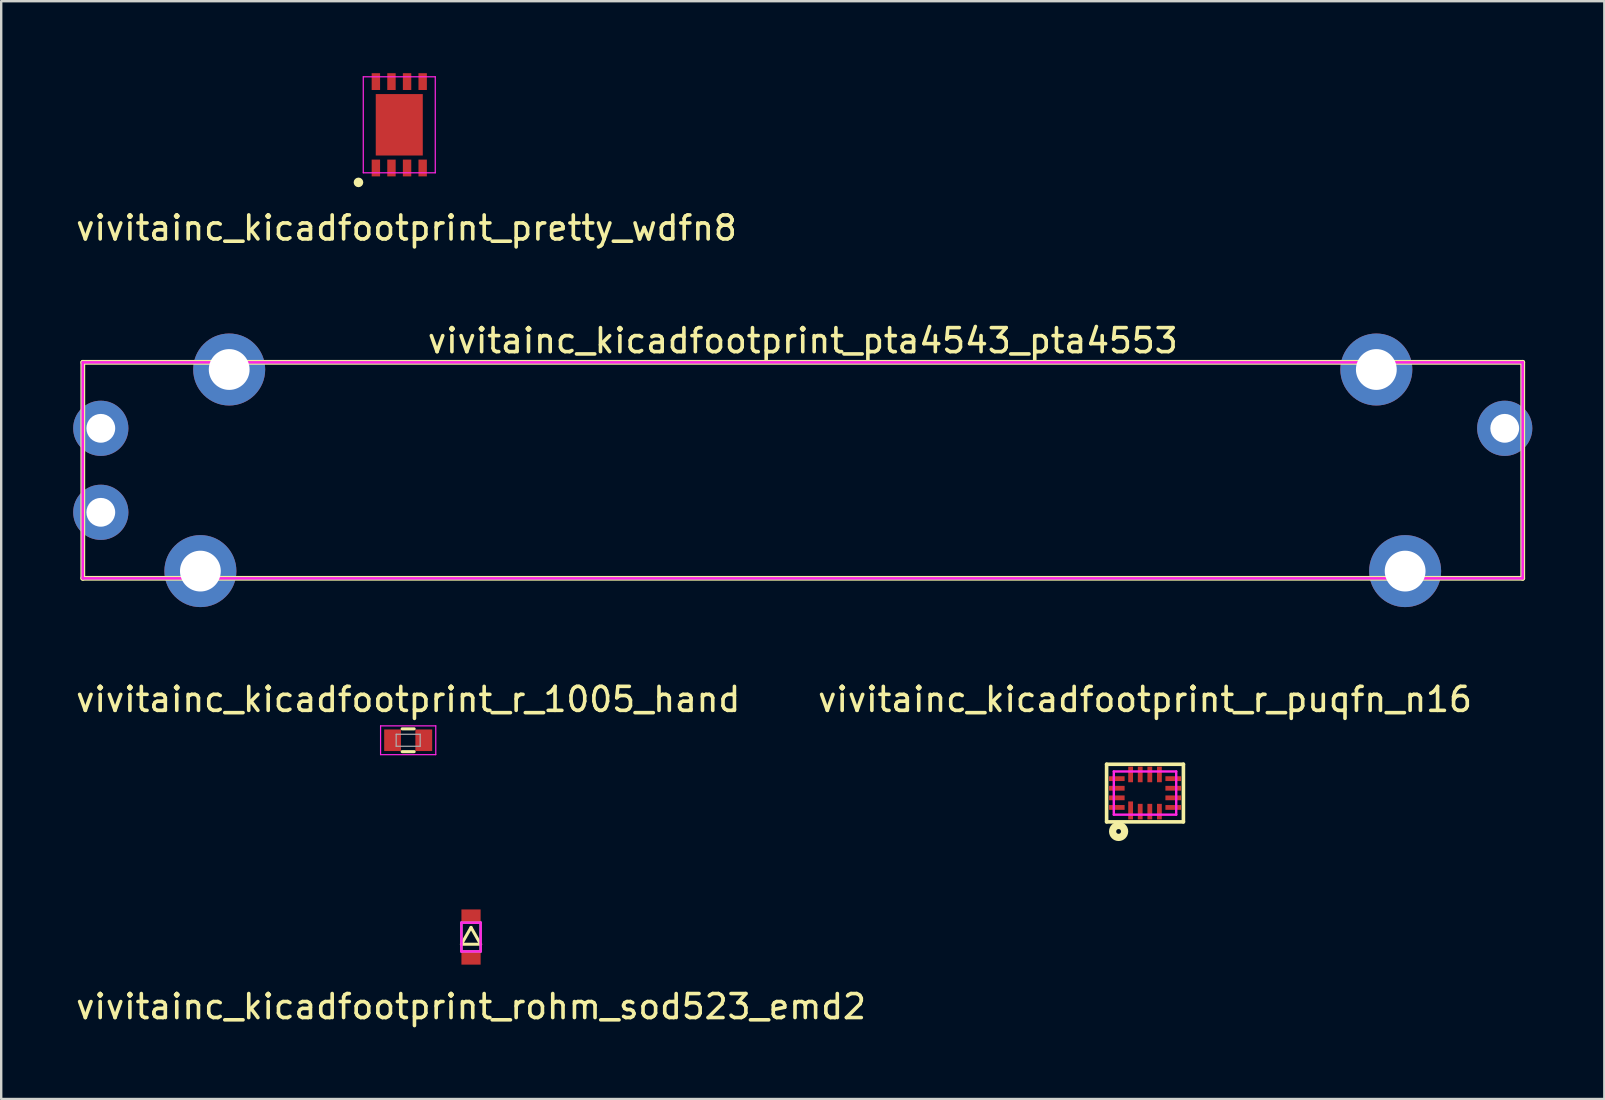
<source format=kicad_pcb>
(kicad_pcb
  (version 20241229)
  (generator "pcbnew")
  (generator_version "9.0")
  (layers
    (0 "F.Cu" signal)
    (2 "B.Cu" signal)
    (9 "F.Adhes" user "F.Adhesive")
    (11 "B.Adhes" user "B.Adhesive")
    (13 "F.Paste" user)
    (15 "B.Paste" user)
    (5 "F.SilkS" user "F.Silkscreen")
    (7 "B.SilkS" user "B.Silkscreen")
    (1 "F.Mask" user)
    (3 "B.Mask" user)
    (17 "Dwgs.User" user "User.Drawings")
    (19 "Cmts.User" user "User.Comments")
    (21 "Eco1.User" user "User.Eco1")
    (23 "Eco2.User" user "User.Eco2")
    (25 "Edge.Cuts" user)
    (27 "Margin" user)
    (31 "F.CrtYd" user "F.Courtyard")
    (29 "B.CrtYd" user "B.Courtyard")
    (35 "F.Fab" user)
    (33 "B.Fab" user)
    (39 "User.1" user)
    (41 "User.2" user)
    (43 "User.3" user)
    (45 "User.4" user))
  (footprint "vivitainc_kicadfootprint_pretty_wdfn8"
    (layer "F.Cu")
    (at 13.587 2.15)
    (property "Reference" "vivitainc_kicadfootprint_pretty_wdfn8" (at 0.3 4.3 0) (layer "F.SilkS") (effects (font (size 1 1) (thickness 0.15))))
    (attr smd)
    (fp_circle (center -1.7 2.4) (end -1.7 2.3) (stroke (width 0.2) (type solid)) (fill no) (layer "F.SilkS"))
    (fp_line (start -1.5 -2) (end 1.5 -2) (stroke (width 0.05) (type solid)) (layer "F.CrtYd"))
    (fp_line (start -1.5 2) (end -1.5 -2) (stroke (width 0.05) (type solid)) (layer "F.CrtYd"))
    (fp_line (start 1.5 -2) (end 1.5 2) (stroke (width 0.05) (type solid)) (layer "F.CrtYd"))
    (fp_line (start 1.5 2) (end -1.5 2) (stroke (width 0.05) (type solid)) (layer "F.CrtYd"))
    (pad "" smd rect (at 0 0) (size 1.96 2.56) (layers "F.Cu" "F.Mask" "F.Paste"))
    (pad "1" smd rect (at -0.975 1.8) (size 0.35 0.7) (layers "F.Cu" "F.Mask" "F.Paste"))
    (pad "2" smd rect (at -0.325 1.8) (size 0.35 0.7) (layers "F.Cu" "F.Mask" "F.Paste"))
    (pad "3" smd rect (at 0.325 1.8) (size 0.35 0.7) (layers "F.Cu" "F.Mask" "F.Paste"))
    (pad "4" smd rect (at 0.975 1.8) (size 0.35 0.7) (layers "F.Cu" "F.Mask" "F.Paste"))
    (pad "5" smd rect (at 0.975 -1.8) (size 0.35 0.7) (layers "F.Cu" "F.Mask" "F.Paste"))
    (pad "6" smd rect (at 0.325 -1.8) (size 0.35 0.7) (layers "F.Cu" "F.Mask" "F.Paste"))
    (pad "7" smd rect (at -0.325 -1.8) (size 0.35 0.7) (layers "F.Cu" "F.Mask" "F.Paste"))
    (pad "8" smd rect (at -0.975 -1.8) (size 0.35 0.7) (layers "F.Cu" "F.Mask" "F.Paste")))
  (footprint "vivitainc_kicadfootprint_r_puqfn_n16"
    (layer "F.Cu")
    (at 44.661 29.995)
    (property "Reference" "vivitainc_kicadfootprint_r_puqfn_n16" (at 0 -3.9 0) (layer "F.SilkS") (effects (font (size 1 1) (thickness 0.15))))
    (attr smd)
    (fp_line (start -1.6 -1.2) (end -1.6 1.2) (stroke (width 0.15) (type solid)) (layer "F.SilkS"))
    (fp_line (start -1.6 1.2) (end 1.6 1.2) (stroke (width 0.15) (type solid)) (layer "F.SilkS"))
    (fp_line (start 1.6 -1.2) (end -1.6 -1.2) (stroke (width 0.15) (type solid)) (layer "F.SilkS"))
    (fp_line (start 1.6 1.2) (end 1.6 -1.2) (stroke (width 0.15) (type solid)) (layer "F.SilkS"))
    (fp_circle (center -1.1 1.6) (end -1.1 1.7) (stroke (width 0.3) (type solid)) (fill no) (layer "F.SilkS"))
    (fp_line (start -1.3 -0.9) (end 1.3 -0.9) (stroke (width 0.1) (type solid)) (layer "F.CrtYd"))
    (fp_line (start -1.3 0.9) (end -1.3 -0.9) (stroke (width 0.1) (type solid)) (layer "F.CrtYd"))
    (fp_line (start 1.3 -0.9) (end 1.3 0.9) (stroke (width 0.1) (type solid)) (layer "F.CrtYd"))
    (fp_line (start 1.3 0.9) (end -1.3 0.9) (stroke (width 0.1) (type solid)) (layer "F.CrtYd"))
    (pad "" smd rect (at -1.175 -0.6) (size 0.65 0.18) (layers "F.Paste"))
    (pad "" smd rect (at -1.175 -0.2) (size 0.65 0.18) (layers "F.Paste"))
    (pad "" smd rect (at -1.175 0.2) (size 0.65 0.18) (layers "F.Paste"))
    (pad "" smd rect (at -1.175 0.6) (size 0.65 0.18) (layers "F.Paste"))
    (pad "" smd rect (at -0.6 -0.775) (size 0.18 0.65) (layers "F.Paste"))
    (pad "" smd rect (at -0.6 0.725) (size 0.18 0.75) (layers "F.Paste"))
    (pad "" smd rect (at -0.2 -0.775) (size 0.18 0.65) (layers "F.Paste"))
    (pad "" smd rect (at -0.2 0.775) (size 0.18 0.65) (layers "F.Paste"))
    (pad "" smd rect (at 0.2 -0.775) (size 0.18 0.65) (layers "F.Paste"))
    (pad "" smd rect (at 0.2 0.775) (size 0.18 0.65) (layers "F.Paste"))
    (pad "" smd rect (at 0.6 -0.775) (size 0.18 0.65) (layers "F.Paste"))
    (pad "" smd rect (at 0.6 0.775) (size 0.18 0.65) (layers "F.Paste"))
    (pad "" smd rect (at 1.175 -0.6) (size 0.65 0.18) (layers "F.Paste"))
    (pad "" smd rect (at 1.175 -0.2) (size 0.65 0.18) (layers "F.Paste"))
    (pad "" smd rect (at 1.175 0.2) (size 0.65 0.18) (layers "F.Paste"))
    (pad "" smd rect (at 1.175 0.6) (size 0.65 0.18) (layers "F.Paste"))
    (pad "1" smd rect (at -0.6 0.725) (size 0.2 0.75) (layers "F.Cu" "F.Mask"))
    (pad "2" smd rect (at -0.2 0.775) (size 0.2 0.65) (layers "F.Cu" "F.Mask"))
    (pad "3" smd rect (at 0.2 0.775) (size 0.2 0.65) (layers "F.Cu" "F.Mask"))
    (pad "4" smd rect (at 0.6 0.775) (size 0.2 0.65) (layers "F.Cu" "F.Mask"))
    (pad "5" smd rect (at 1.175 0.6) (size 0.65 0.2) (layers "F.Cu" "F.Mask"))
    (pad "6" smd rect (at 1.175 0.2) (size 0.65 0.2) (layers "F.Cu" "F.Mask"))
    (pad "7" smd rect (at 1.175 -0.2) (size 0.65 0.2) (layers "F.Cu" "F.Mask"))
    (pad "8" smd rect (at 1.175 -0.6) (size 0.65 0.2) (layers "F.Cu" "F.Mask"))
    (pad "9" smd rect (at 0.6 -0.775) (size 0.2 0.65) (layers "F.Cu" "F.Mask"))
    (pad "10" smd rect (at 0.2 -0.775) (size 0.2 0.65) (layers "F.Cu" "F.Mask"))
    (pad "11" smd rect (at -0.2 -0.775) (size 0.2 0.65) (layers "F.Cu" "F.Mask"))
    (pad "12" smd rect (at -0.6 -0.775) (size 0.2 0.65) (layers "F.Cu" "F.Mask"))
    (pad "13" smd rect (at -1.175 -0.6) (size 0.65 0.2) (layers "F.Cu" "F.Mask"))
    (pad "14" smd rect (at -1.175 -0.2) (size 0.65 0.2) (layers "F.Cu" "F.Mask"))
    (pad "15" smd rect (at -1.175 0.2) (size 0.65 0.2) (layers "F.Cu" "F.Mask"))
    (pad "16" smd rect (at -1.175 0.6) (size 0.65 0.2) (layers "F.Cu" "F.Mask")))
  (footprint "vivitainc_kicadfootprint_rohm_sod523_emd2"
    (layer "F.Cu")
    (at 16.577 35.995)
    (property "Reference" "vivitainc_kicadfootprint_rohm_sod523_emd2" (at 0 2.9 0) (layer "F.SilkS") (effects (font (size 1 1) (thickness 0.15))))
    (attr smd)
    (fp_line (start -0.4 0.3) (end 0.4 0.3) (stroke (width 0.127) (type solid)) (layer "F.SilkS"))
    (fp_line (start 0 -0.4) (end -0.4 0.3) (stroke (width 0.127) (type solid)) (layer "F.SilkS"))
    (fp_line (start 0.4 0.3) (end 0 -0.4) (stroke (width 0.127) (type solid)) (layer "F.SilkS"))
    (fp_line (start -0.4 -0.6) (end 0.4 -0.6) (stroke (width 0.1) (type solid)) (layer "F.CrtYd"))
    (fp_line (start -0.4 0.6) (end -0.4 -0.6) (stroke (width 0.1) (type solid)) (layer "F.CrtYd"))
    (fp_line (start 0.4 -0.6) (end 0.4 0.6) (stroke (width 0.1) (type solid)) (layer "F.CrtYd"))
    (fp_line (start 0.4 0.6) (end -0.4 0.6) (stroke (width 0.1) (type solid)) (layer "F.CrtYd"))
    (fp_line (start -0.4 -0.6) (end 0.4 -0.6) (stroke (width 0.1) (type solid)) (layer "F.Fab"))
    (fp_line (start -0.4 0.6) (end -0.4 -0.6) (stroke (width 0.1) (type solid)) (layer "F.Fab"))
    (fp_line (start 0.4 -0.6) (end 0.4 0.6) (stroke (width 0.1) (type solid)) (layer "F.Fab"))
    (fp_line (start 0.4 0.6) (end -0.4 0.6) (stroke (width 0.1) (type solid)) (layer "F.Fab"))
    (pad "1" smd rect (at 0 -0.85) (size 0.8 0.6) (layers "F.Cu" "F.Mask" "F.Paste"))
    (pad "2" smd rect (at 0 0.85) (size 0.8 0.6) (layers "F.Cu" "F.Mask" "F.Paste")))
  (footprint "vivitainc_kicadfootprint_pta4543_pta4553"
    (layer "F.Cu")
    (at 30.4 16.547)
    (property "Reference" "vivitainc_kicadfootprint_pta4543_pta4553" (at 0 -5.4 0) (layer "F.SilkS") (effects (font (size 1 1) (thickness 0.15))))
    (attr through_hole)
    (fp_line (start -30 -4.5) (end -30 4.5) (stroke (width 0.2) (type solid)) (layer "F.SilkS"))
    (fp_line (start -30 4.5) (end 30 4.5) (stroke (width 0.2) (type solid)) (layer "F.SilkS"))
    (fp_line (start 30 -4.5) (end -30 -4.5) (stroke (width 0.2) (type solid)) (layer "F.SilkS"))
    (fp_line (start 30 4.5) (end 30 -4.5) (stroke (width 0.2) (type solid)) (layer "F.SilkS"))
    (fp_line (start -30 -4.5) (end -30 4.5) (stroke (width 0.1) (type solid)) (layer "F.CrtYd"))
    (fp_line (start -30 4.5) (end 30 4.5) (stroke (width 0.1) (type solid)) (layer "F.CrtYd"))
    (fp_line (start 30 -4.5) (end -30 -4.5) (stroke (width 0.1) (type solid)) (layer "F.CrtYd"))
    (fp_line (start 30 4.5) (end 30 -4.5) (stroke (width 0.1) (type solid)) (layer "F.CrtYd"))
    (fp_line (start -30 -4.5) (end -30 4.5) (stroke (width 0.1) (type solid)) (layer "F.Fab"))
    (fp_line (start -30 4.5) (end 30 4.5) (stroke (width 0.1) (type solid)) (layer "F.Fab"))
    (fp_line (start 30 -4.5) (end -30 -4.5) (stroke (width 0.1) (type solid)) (layer "F.Fab"))
    (fp_line (start 30 4.5) (end 30 -4.5) (stroke (width 0.1) (type solid)) (layer "F.Fab"))
    (pad "" thru_hole circle (at -25.1 4.2) (size 3 3) (drill 1.7) (layers "*.Cu" "*.Mask"))
    (pad "" thru_hole circle (at -23.9 -4.2) (size 3 3) (drill 1.7) (layers "*.Cu" "*.Mask"))
    (pad "" thru_hole circle (at 23.9 -4.2) (size 3 3) (drill 1.7) (layers "*.Cu" "*.Mask"))
    (pad "" thru_hole circle (at 25.1 4.2) (size 3 3) (drill 1.7) (layers "*.Cu" "*.Mask"))
    (pad "1" thru_hole circle (at -29.25 -1.75) (size 2.3 2.3) (drill 1.2) (layers "*.Cu" "*.Mask"))
    (pad "2" thru_hole circle (at -29.25 1.75) (size 2.3 2.3) (drill 1.2) (layers "*.Cu" "*.Mask"))
    (pad "3" thru_hole circle (at 29.25 -1.75) (size 2.3 2.3) (drill 1.2) (layers "*.Cu" "*.Mask")))
  (footprint "vivitainc_kicadfootprint_r_1005_hand"
    (layer "F.Cu")
    (at 13.958 27.795)
    (property "Reference" "vivitainc_kicadfootprint_r_1005_hand" (at 0 -1.7 0) (layer "F.SilkS") (effects (font (size 1 1) (thickness 0.15))))
    (attr smd)
    (fp_line (start -0.25 0.475) (end 0.25 0.475) (stroke (width 0.127) (type solid)) (layer "F.SilkS"))
    (fp_line (start 0.25 -0.475) (end -0.25 -0.475) (stroke (width 0.127) (type solid)) (layer "F.SilkS"))
    (fp_line (start -1.15 -0.6) (end -1.15 0.6) (stroke (width 0.05) (type solid)) (layer "F.CrtYd"))
    (fp_line (start -1.15 -0.6) (end 1.15 -0.6) (stroke (width 0.05) (type solid)) (layer "F.CrtYd"))
    (fp_line (start -1.15 0.6) (end 1.15 0.6) (stroke (width 0.05) (type solid)) (layer "F.CrtYd"))
    (fp_line (start 1.15 -0.6) (end 1.15 0.6) (stroke (width 0.05) (type solid)) (layer "F.CrtYd"))
    (fp_line (start -0.5 -0.25) (end 0.5 -0.25) (stroke (width 0.05) (type solid)) (layer "F.Fab"))
    (fp_line (start -0.5 0.25) (end -0.5 -0.25) (stroke (width 0.05) (type solid)) (layer "F.Fab"))
    (fp_line (start 0.5 -0.25) (end 0.5 0.25) (stroke (width 0.05) (type solid)) (layer "F.Fab"))
    (fp_line (start 0.5 0.25) (end -0.5 0.25) (stroke (width 0.05) (type solid)) (layer "F.Fab"))
    (pad "1" smd rect (at -0.65 0) (size 0.7 0.9) (layers "F.Cu" "F.Mask" "F.Paste"))
    (pad "2" smd rect (at 0.65 0) (size 0.7 0.9) (layers "F.Cu" "F.Mask" "F.Paste")))
  (gr_rect
    (start -3 -3)
    (end 63.8 42.743)
    (stroke (width 0.1) (type default))
    (fill no)
    (layer "Edge.Cuts")))
</source>
